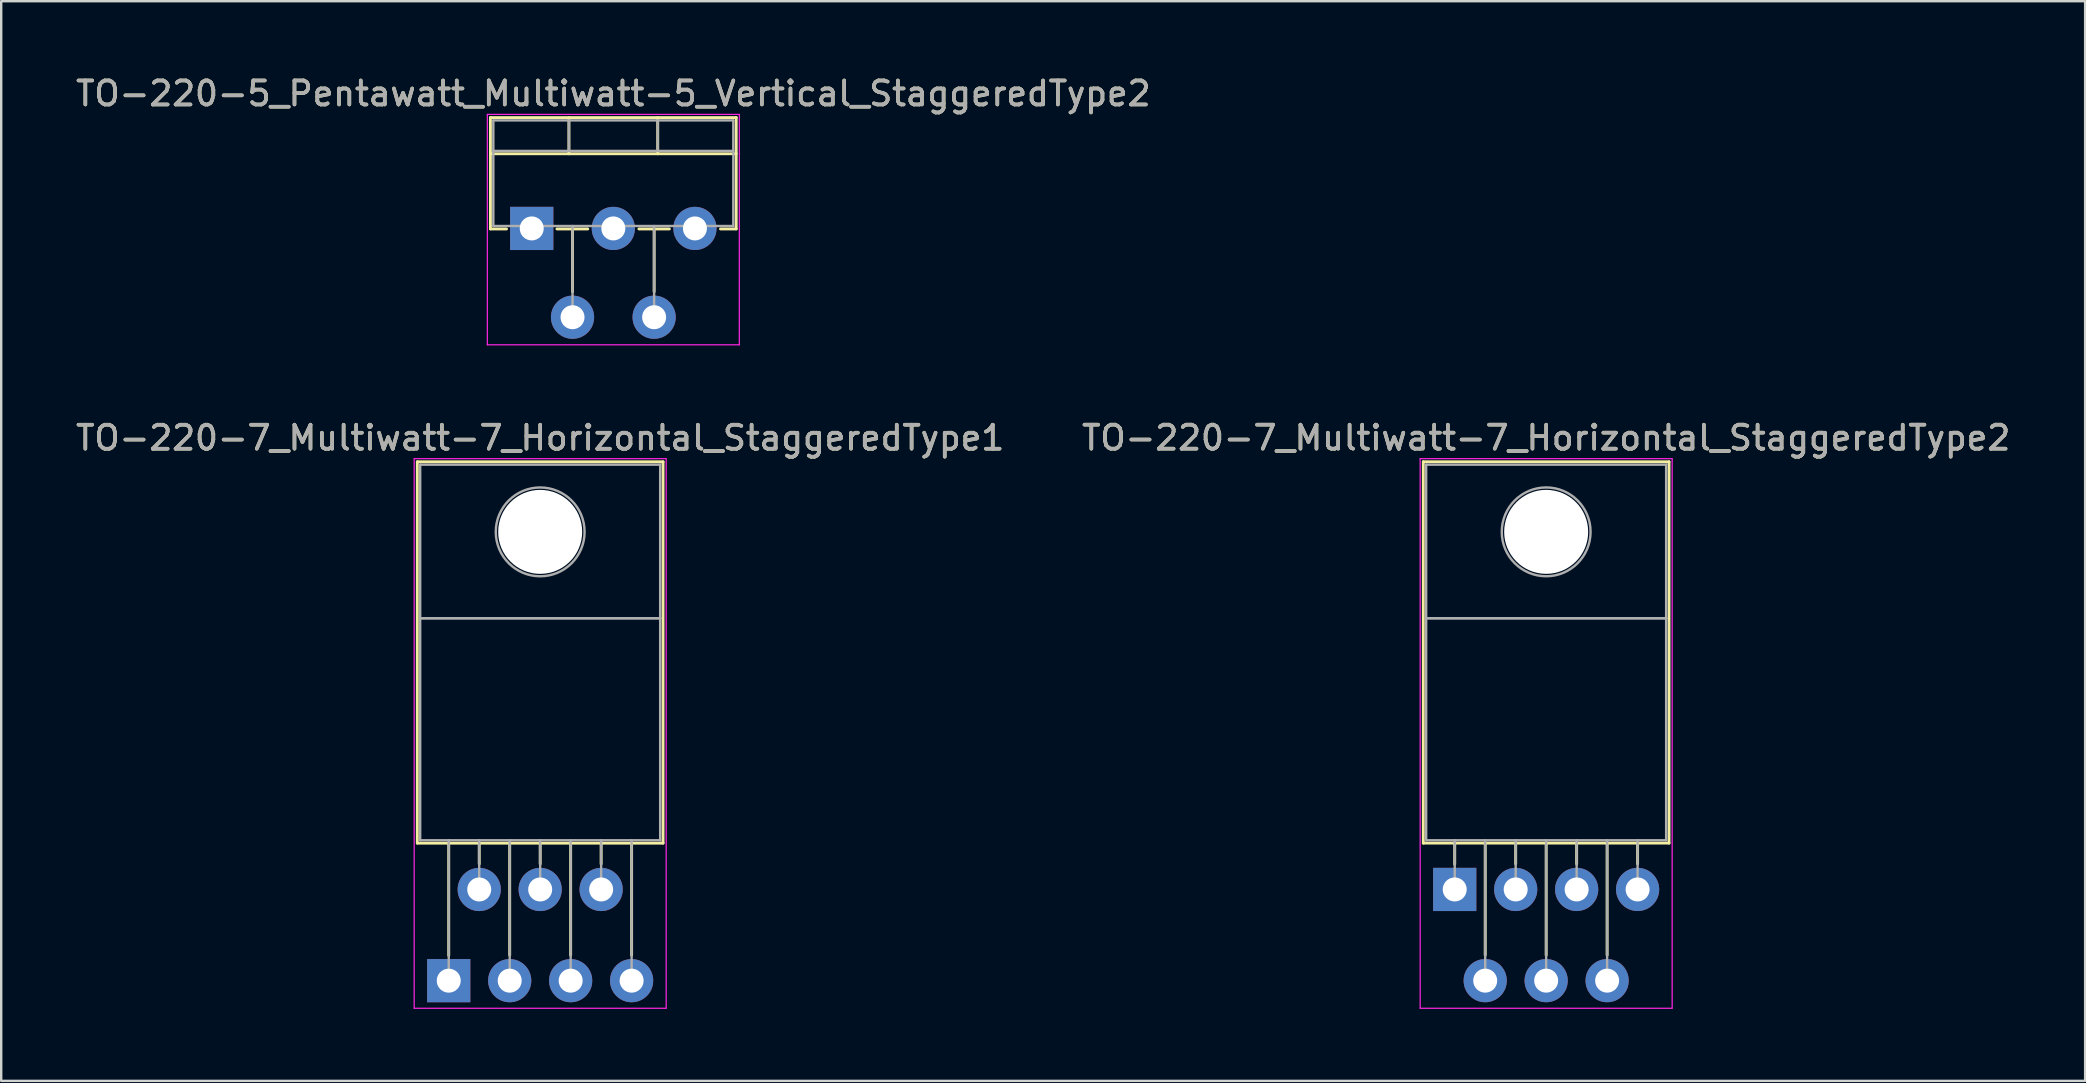
<source format=kicad_pcb>
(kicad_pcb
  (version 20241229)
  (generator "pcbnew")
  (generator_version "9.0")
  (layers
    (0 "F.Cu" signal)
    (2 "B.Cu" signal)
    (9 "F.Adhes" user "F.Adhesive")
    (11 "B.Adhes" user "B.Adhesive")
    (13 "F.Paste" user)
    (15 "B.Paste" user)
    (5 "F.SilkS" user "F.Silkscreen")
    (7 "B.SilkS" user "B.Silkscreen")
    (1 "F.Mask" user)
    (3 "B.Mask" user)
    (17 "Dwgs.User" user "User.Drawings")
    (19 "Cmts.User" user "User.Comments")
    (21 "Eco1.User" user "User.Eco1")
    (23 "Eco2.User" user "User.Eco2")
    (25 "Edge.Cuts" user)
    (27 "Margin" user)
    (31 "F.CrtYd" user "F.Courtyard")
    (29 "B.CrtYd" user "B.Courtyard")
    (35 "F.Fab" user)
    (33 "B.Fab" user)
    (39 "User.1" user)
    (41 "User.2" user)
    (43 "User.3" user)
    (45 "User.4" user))
  (footprint "TO-220-7_Multiwatt-7_Horizontal_StaggeredType2"
    (layer "F.Cu")
    (at 57.565 34.011)
    (property "Reference" "TO-220-7_Multiwatt-7_Horizontal_StaggeredType2" (at 3.81 -18.82 0) (layer "F.SilkS") (effects (font (size 1 1) (thickness 0.15))))
    (attr through_hole)
    (fp_line (start -1.31 -17.82) (end -1.31 -1.93) (stroke (width 0.12) (type solid)) (layer "F.SilkS"))
    (fp_line (start -1.31 -17.82) (end 8.93 -17.82) (stroke (width 0.12) (type solid)) (layer "F.SilkS"))
    (fp_line (start -1.31 -1.93) (end 8.93 -1.93) (stroke (width 0.12) (type solid)) (layer "F.SilkS"))
    (fp_line (start 0 -1.93) (end 0 -1.05) (stroke (width 0.12) (type solid)) (layer "F.SilkS"))
    (fp_line (start 1.27 -1.93) (end 1.27 2.735) (stroke (width 0.12) (type solid)) (layer "F.SilkS"))
    (fp_line (start 2.54 -1.93) (end 2.54 -1.066) (stroke (width 0.12) (type solid)) (layer "F.SilkS"))
    (fp_line (start 3.81 -1.93) (end 3.81 2.735) (stroke (width 0.12) (type solid)) (layer "F.SilkS"))
    (fp_line (start 5.08 -1.93) (end 5.08 -1.066) (stroke (width 0.12) (type solid)) (layer "F.SilkS"))
    (fp_line (start 6.35 -1.93) (end 6.35 2.735) (stroke (width 0.12) (type solid)) (layer "F.SilkS"))
    (fp_line (start 7.62 -1.93) (end 7.62 -1.066) (stroke (width 0.12) (type solid)) (layer "F.SilkS"))
    (fp_line (start 8.93 -17.82) (end 8.93 -1.93) (stroke (width 0.12) (type solid)) (layer "F.SilkS"))
    (fp_line (start -1.44 -17.95) (end -1.44 4.95) (stroke (width 0.05) (type solid)) (layer "F.CrtYd"))
    (fp_line (start -1.44 4.95) (end 9.06 4.95) (stroke (width 0.05) (type solid)) (layer "F.CrtYd"))
    (fp_line (start 9.06 -17.95) (end -1.44 -17.95) (stroke (width 0.05) (type solid)) (layer "F.CrtYd"))
    (fp_line (start 9.06 4.95) (end 9.06 -17.95) (stroke (width 0.05) (type solid)) (layer "F.CrtYd"))
    (fp_line (start -1.19 -17.7) (end 8.81 -17.7) (stroke (width 0.1) (type solid)) (layer "F.Fab"))
    (fp_line (start -1.19 -11.3) (end -1.19 -17.7) (stroke (width 0.1) (type solid)) (layer "F.Fab"))
    (fp_line (start -1.19 -11.3) (end 8.81 -11.3) (stroke (width 0.1) (type solid)) (layer "F.Fab"))
    (fp_line (start -1.19 -2.05) (end -1.19 -11.3) (stroke (width 0.1) (type solid)) (layer "F.Fab"))
    (fp_line (start 0 -2.05) (end 0 0) (stroke (width 0.1) (type solid)) (layer "F.Fab"))
    (fp_line (start 1.27 -2.05) (end 1.27 3.8) (stroke (width 0.1) (type solid)) (layer "F.Fab"))
    (fp_line (start 2.54 -2.05) (end 2.54 0) (stroke (width 0.1) (type solid)) (layer "F.Fab"))
    (fp_line (start 3.81 -2.05) (end 3.81 3.8) (stroke (width 0.1) (type solid)) (layer "F.Fab"))
    (fp_line (start 5.08 -2.05) (end 5.08 0) (stroke (width 0.1) (type solid)) (layer "F.Fab"))
    (fp_line (start 6.35 -2.05) (end 6.35 3.8) (stroke (width 0.1) (type solid)) (layer "F.Fab"))
    (fp_line (start 7.62 -2.05) (end 7.62 0) (stroke (width 0.1) (type solid)) (layer "F.Fab"))
    (fp_line (start 8.81 -17.7) (end 8.81 -11.3) (stroke (width 0.1) (type solid)) (layer "F.Fab"))
    (fp_line (start 8.81 -11.3) (end -1.19 -11.3) (stroke (width 0.1) (type solid)) (layer "F.Fab"))
    (fp_line (start 8.81 -11.3) (end 8.81 -2.05) (stroke (width 0.1) (type solid)) (layer "F.Fab"))
    (fp_line (start 8.81 -2.05) (end -1.19 -2.05) (stroke (width 0.1) (type solid)) (layer "F.Fab"))
    (fp_circle (center 3.81 -14.9) (end 5.66 -14.9) (stroke (width 0.1) (type solid)) (fill no) (layer "F.Fab"))
    (fp_text user "${REFERENCE}" (at 3.81 -18.82 0) (layer "F.Fab") (effects (font (size 1 1) (thickness 0.15))))
    (pad "" np_thru_hole oval (at 3.81 -14.9) (size 3.5 3.5) (drill 3.5) (layers "*.Cu" "*.Mask"))
    (pad "1" thru_hole rect (at 0 0) (size 1.8 1.8) (drill 1) (layers "*.Cu" "*.Mask"))
    (pad "2" thru_hole oval (at 1.27 3.8) (size 1.8 1.8) (drill 1) (layers "*.Cu" "*.Mask"))
    (pad "3" thru_hole oval (at 2.54 0) (size 1.8 1.8) (drill 1) (layers "*.Cu" "*.Mask"))
    (pad "4" thru_hole oval (at 3.81 3.8) (size 1.8 1.8) (drill 1) (layers "*.Cu" "*.Mask"))
    (pad "5" thru_hole oval (at 5.08 0) (size 1.8 1.8) (drill 1) (layers "*.Cu" "*.Mask"))
    (pad "6" thru_hole oval (at 6.35 3.8) (size 1.8 1.8) (drill 1) (layers "*.Cu" "*.Mask"))
    (pad "7" thru_hole oval (at 7.62 0) (size 1.8 1.8) (drill 1) (layers "*.Cu" "*.Mask")))
  (footprint "TO-220-7_Multiwatt-7_Horizontal_StaggeredType1"
    (layer "F.Cu")
    (at 15.648 37.812)
    (property "Reference" "TO-220-7_Multiwatt-7_Horizontal_StaggeredType1" (at 3.81 -22.62 0) (layer "F.SilkS") (effects (font (size 1 1) (thickness 0.15))))
    (attr through_hole)
    (fp_line (start -1.31 -21.62) (end -1.31 -5.73) (stroke (width 0.12) (type solid)) (layer "F.SilkS"))
    (fp_line (start -1.31 -21.62) (end 8.93 -21.62) (stroke (width 0.12) (type solid)) (layer "F.SilkS"))
    (fp_line (start -1.31 -5.73) (end 8.93 -5.73) (stroke (width 0.12) (type solid)) (layer "F.SilkS"))
    (fp_line (start 0 -5.73) (end 0 -1.05) (stroke (width 0.12) (type solid)) (layer "F.SilkS"))
    (fp_line (start 1.27 -5.73) (end 1.27 -4.866) (stroke (width 0.12) (type solid)) (layer "F.SilkS"))
    (fp_line (start 2.54 -5.73) (end 2.54 -1.065) (stroke (width 0.12) (type solid)) (layer "F.SilkS"))
    (fp_line (start 3.81 -5.73) (end 3.81 -4.866) (stroke (width 0.12) (type solid)) (layer "F.SilkS"))
    (fp_line (start 5.08 -5.73) (end 5.08 -1.065) (stroke (width 0.12) (type solid)) (layer "F.SilkS"))
    (fp_line (start 6.35 -5.73) (end 6.35 -4.866) (stroke (width 0.12) (type solid)) (layer "F.SilkS"))
    (fp_line (start 7.62 -5.73) (end 7.62 -1.065) (stroke (width 0.12) (type solid)) (layer "F.SilkS"))
    (fp_line (start 8.93 -21.62) (end 8.93 -5.73) (stroke (width 0.12) (type solid)) (layer "F.SilkS"))
    (fp_line (start -1.44 -21.75) (end -1.44 1.15) (stroke (width 0.05) (type solid)) (layer "F.CrtYd"))
    (fp_line (start -1.44 1.15) (end 9.06 1.15) (stroke (width 0.05) (type solid)) (layer "F.CrtYd"))
    (fp_line (start 9.06 -21.75) (end -1.44 -21.75) (stroke (width 0.05) (type solid)) (layer "F.CrtYd"))
    (fp_line (start 9.06 1.15) (end 9.06 -21.75) (stroke (width 0.05) (type solid)) (layer "F.CrtYd"))
    (fp_line (start -1.19 -21.5) (end 8.81 -21.5) (stroke (width 0.1) (type solid)) (layer "F.Fab"))
    (fp_line (start -1.19 -15.1) (end -1.19 -21.5) (stroke (width 0.1) (type solid)) (layer "F.Fab"))
    (fp_line (start -1.19 -15.1) (end 8.81 -15.1) (stroke (width 0.1) (type solid)) (layer "F.Fab"))
    (fp_line (start -1.19 -5.85) (end -1.19 -15.1) (stroke (width 0.1) (type solid)) (layer "F.Fab"))
    (fp_line (start 0 -5.85) (end 0 0) (stroke (width 0.1) (type solid)) (layer "F.Fab"))
    (fp_line (start 1.27 -5.85) (end 1.27 -3.8) (stroke (width 0.1) (type solid)) (layer "F.Fab"))
    (fp_line (start 2.54 -5.85) (end 2.54 0) (stroke (width 0.1) (type solid)) (layer "F.Fab"))
    (fp_line (start 3.81 -5.85) (end 3.81 -3.8) (stroke (width 0.1) (type solid)) (layer "F.Fab"))
    (fp_line (start 5.08 -5.85) (end 5.08 0) (stroke (width 0.1) (type solid)) (layer "F.Fab"))
    (fp_line (start 6.35 -5.85) (end 6.35 -3.8) (stroke (width 0.1) (type solid)) (layer "F.Fab"))
    (fp_line (start 7.62 -5.85) (end 7.62 0) (stroke (width 0.1) (type solid)) (layer "F.Fab"))
    (fp_line (start 8.81 -21.5) (end 8.81 -15.1) (stroke (width 0.1) (type solid)) (layer "F.Fab"))
    (fp_line (start 8.81 -15.1) (end -1.19 -15.1) (stroke (width 0.1) (type solid)) (layer "F.Fab"))
    (fp_line (start 8.81 -15.1) (end 8.81 -5.85) (stroke (width 0.1) (type solid)) (layer "F.Fab"))
    (fp_line (start 8.81 -5.85) (end -1.19 -5.85) (stroke (width 0.1) (type solid)) (layer "F.Fab"))
    (fp_circle (center 3.81 -18.7) (end 5.66 -18.7) (stroke (width 0.1) (type solid)) (fill no) (layer "F.Fab"))
    (fp_text user "${REFERENCE}" (at 3.81 -22.62 0) (layer "F.Fab") (effects (font (size 1 1) (thickness 0.15))))
    (pad "" np_thru_hole oval (at 3.81 -18.7) (size 3.5 3.5) (drill 3.5) (layers "*.Cu" "*.Mask"))
    (pad "1" thru_hole rect (at 0 0) (size 1.8 1.8) (drill 1) (layers "*.Cu" "*.Mask"))
    (pad "2" thru_hole oval (at 1.27 -3.8) (size 1.8 1.8) (drill 1) (layers "*.Cu" "*.Mask"))
    (pad "3" thru_hole oval (at 2.54 0) (size 1.8 1.8) (drill 1) (layers "*.Cu" "*.Mask"))
    (pad "4" thru_hole oval (at 3.81 -3.8) (size 1.8 1.8) (drill 1) (layers "*.Cu" "*.Mask"))
    (pad "5" thru_hole oval (at 5.08 0) (size 1.8 1.8) (drill 1) (layers "*.Cu" "*.Mask"))
    (pad "6" thru_hole oval (at 6.35 -3.8) (size 1.8 1.8) (drill 1) (layers "*.Cu" "*.Mask"))
    (pad "7" thru_hole oval (at 7.62 0) (size 1.8 1.8) (drill 1) (layers "*.Cu" "*.Mask")))
  (footprint "TO-220-5_Pentawatt_Multiwatt-5_Vertical_StaggeredType2"
    (layer "F.Cu")
    (at 19.106 6.468)
    (property "Reference" "TO-220-5_Pentawatt_Multiwatt-5_Vertical_StaggeredType2" (at 3.4 -5.62 0) (layer "F.SilkS") (effects (font (size 1 1) (thickness 0.15))))
    (attr through_hole)
    (fp_line (start -1.721 -4.62) (end -1.721 0.021) (stroke (width 0.12) (type solid)) (layer "F.SilkS"))
    (fp_line (start -1.721 -4.62) (end 8.52 -4.62) (stroke (width 0.12) (type solid)) (layer "F.SilkS"))
    (fp_line (start -1.721 -3.111) (end 8.52 -3.111) (stroke (width 0.12) (type solid)) (layer "F.SilkS"))
    (fp_line (start -1.721 0.021) (end -1.05 0.021) (stroke (width 0.12) (type solid)) (layer "F.SilkS"))
    (fp_line (start 1.05 0.021) (end 2.335 0.021) (stroke (width 0.12) (type solid)) (layer "F.SilkS"))
    (fp_line (start 1.55 -4.62) (end 1.55 -3.111) (stroke (width 0.12) (type solid)) (layer "F.SilkS"))
    (fp_line (start 1.7 0.021) (end 1.7 2.635) (stroke (width 0.12) (type solid)) (layer "F.SilkS"))
    (fp_line (start 4.465 0.021) (end 5.735 0.021) (stroke (width 0.12) (type solid)) (layer "F.SilkS"))
    (fp_line (start 5.1 0.021) (end 5.1 2.635) (stroke (width 0.12) (type solid)) (layer "F.SilkS"))
    (fp_line (start 5.25 -4.62) (end 5.25 -3.111) (stroke (width 0.12) (type solid)) (layer "F.SilkS"))
    (fp_line (start 7.865 0.021) (end 8.52 0.021) (stroke (width 0.12) (type solid)) (layer "F.SilkS"))
    (fp_line (start 8.52 -4.62) (end 8.52 0.021) (stroke (width 0.12) (type solid)) (layer "F.SilkS"))
    (fp_line (start -1.85 -4.75) (end -1.85 4.85) (stroke (width 0.05) (type solid)) (layer "F.CrtYd"))
    (fp_line (start -1.85 4.85) (end 8.65 4.85) (stroke (width 0.05) (type solid)) (layer "F.CrtYd"))
    (fp_line (start 8.65 -4.75) (end -1.85 -4.75) (stroke (width 0.05) (type solid)) (layer "F.CrtYd"))
    (fp_line (start 8.65 4.85) (end 8.65 -4.75) (stroke (width 0.05) (type solid)) (layer "F.CrtYd"))
    (fp_line (start -1.6 -4.5) (end -1.6 -0.1) (stroke (width 0.1) (type solid)) (layer "F.Fab"))
    (fp_line (start -1.6 -3.23) (end 8.4 -3.23) (stroke (width 0.1) (type solid)) (layer "F.Fab"))
    (fp_line (start -1.6 -0.1) (end 8.4 -0.1) (stroke (width 0.1) (type solid)) (layer "F.Fab"))
    (fp_line (start 0 -0.1) (end 0 0) (stroke (width 0.1) (type solid)) (layer "F.Fab"))
    (fp_line (start 1.55 -4.5) (end 1.55 -3.23) (stroke (width 0.1) (type solid)) (layer "F.Fab"))
    (fp_line (start 1.7 -0.1) (end 1.7 3.7) (stroke (width 0.1) (type solid)) (layer "F.Fab"))
    (fp_line (start 3.4 -0.1) (end 3.4 0) (stroke (width 0.1) (type solid)) (layer "F.Fab"))
    (fp_line (start 5.1 -0.1) (end 5.1 3.7) (stroke (width 0.1) (type solid)) (layer "F.Fab"))
    (fp_line (start 5.25 -4.5) (end 5.25 -3.23) (stroke (width 0.1) (type solid)) (layer "F.Fab"))
    (fp_line (start 6.8 -0.1) (end 6.8 0) (stroke (width 0.1) (type solid)) (layer "F.Fab"))
    (fp_line (start 8.4 -4.5) (end -1.6 -4.5) (stroke (width 0.1) (type solid)) (layer "F.Fab"))
    (fp_line (start 8.4 -0.1) (end 8.4 -4.5) (stroke (width 0.1) (type solid)) (layer "F.Fab"))
    (fp_text user "${REFERENCE}" (at 3.4 -5.62 0) (layer "F.Fab") (effects (font (size 1 1) (thickness 0.15))))
    (pad "1" thru_hole rect (at 0 0) (size 1.8 1.8) (drill 1) (layers "*.Cu" "*.Mask"))
    (pad "2" thru_hole oval (at 1.7 3.7) (size 1.8 1.8) (drill 1) (layers "*.Cu" "*.Mask"))
    (pad "3" thru_hole oval (at 3.4 0) (size 1.8 1.8) (drill 1) (layers "*.Cu" "*.Mask"))
    (pad "4" thru_hole oval (at 5.1 3.7) (size 1.8 1.8) (drill 1) (layers "*.Cu" "*.Mask"))
    (pad "5" thru_hole oval (at 6.8 0) (size 1.8 1.8) (drill 1) (layers "*.Cu" "*.Mask")))
  (gr_rect
    (start -3 -3)
    (end 83.833 41.986)
    (stroke (width 0.1) (type default))
    (fill no)
    (layer "Edge.Cuts")))
</source>
